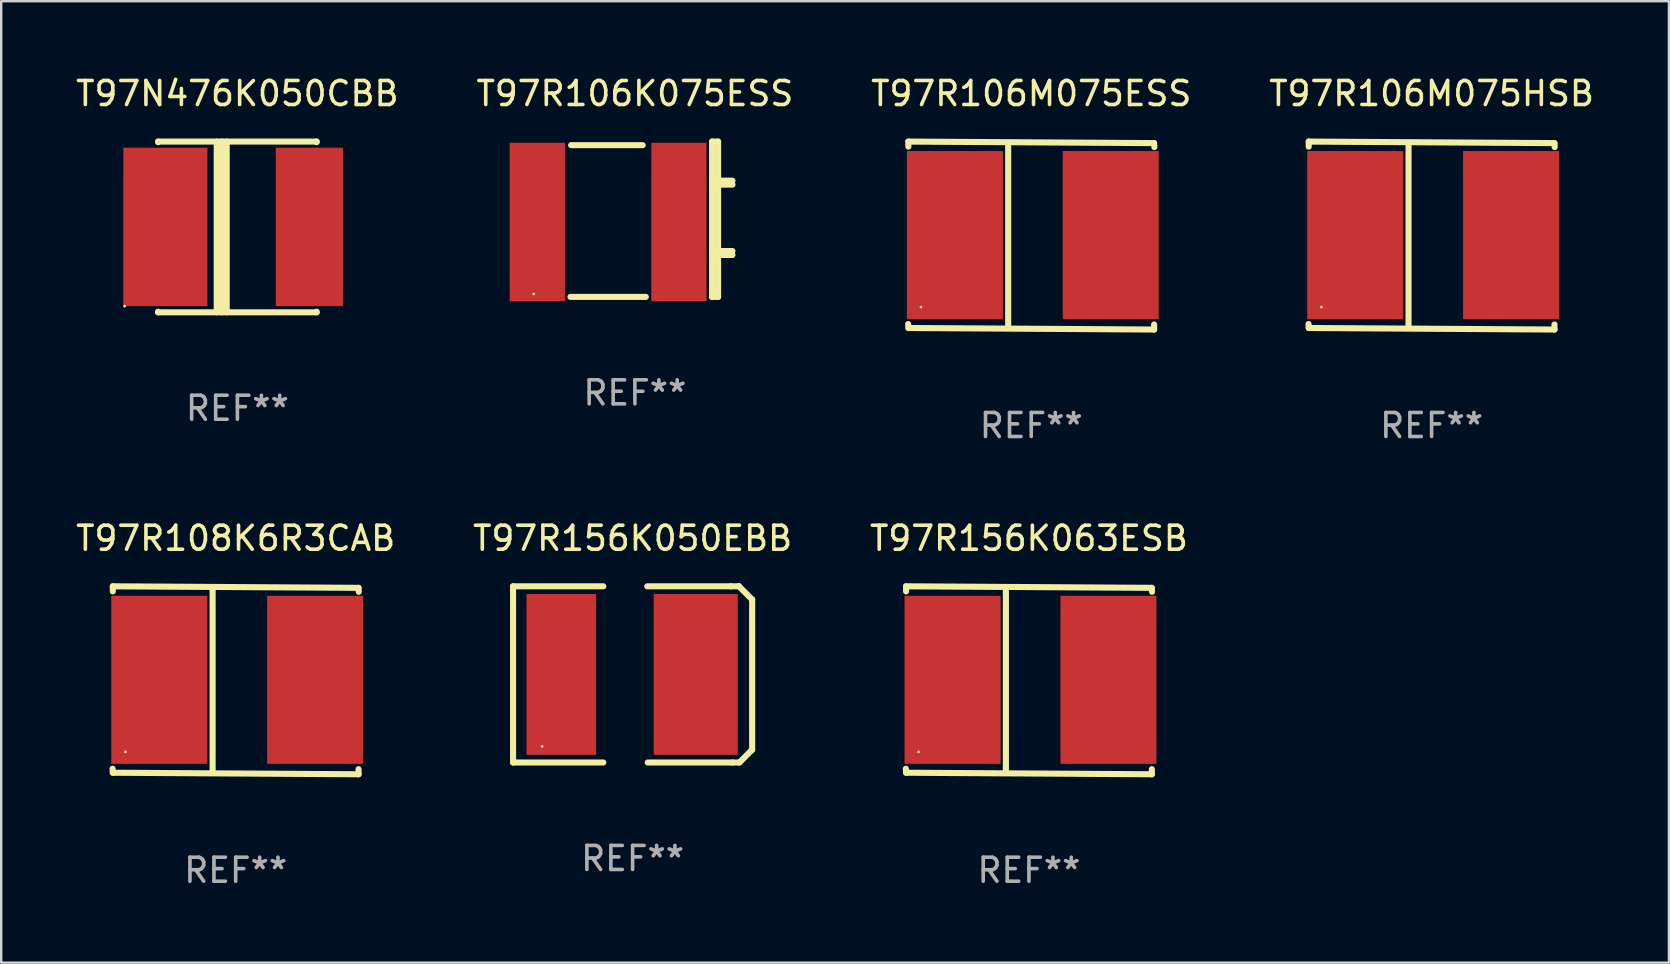
<source format=kicad_pcb>
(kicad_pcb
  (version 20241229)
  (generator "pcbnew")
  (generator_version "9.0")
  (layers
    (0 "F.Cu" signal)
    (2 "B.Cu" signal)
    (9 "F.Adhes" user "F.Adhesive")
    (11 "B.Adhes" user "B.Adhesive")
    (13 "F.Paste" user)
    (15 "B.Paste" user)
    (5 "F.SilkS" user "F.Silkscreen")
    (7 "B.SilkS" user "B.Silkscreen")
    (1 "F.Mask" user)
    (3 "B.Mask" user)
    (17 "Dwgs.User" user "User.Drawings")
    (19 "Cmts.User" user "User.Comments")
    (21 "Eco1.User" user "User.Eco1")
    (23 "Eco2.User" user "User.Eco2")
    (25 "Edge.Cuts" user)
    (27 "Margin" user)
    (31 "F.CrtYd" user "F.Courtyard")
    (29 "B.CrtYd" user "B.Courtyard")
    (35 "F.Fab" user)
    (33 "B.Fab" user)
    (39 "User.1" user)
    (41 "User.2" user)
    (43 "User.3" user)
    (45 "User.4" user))
  (footprint "T97R106K075ESS"
    (layer "F.Cu")
    (at 23.399 6.083)
    (property "Reference" "T97R106K075ESS" (at 0 -5.235 0) (layer "F.SilkS") (effects (font (size 1 1) (thickness 0.15))))
    (attr through_hole)
    (fp_line (start -2.655 -3.085) (end 0.325 -3.085) (stroke (width 0.254) (type solid)) (layer "F.SilkS"))
    (fp_line (start 0.454 3.235) (end -2.685 3.235) (stroke (width 0.254) (type solid)) (layer "F.SilkS"))
    (fp_line (start 3.215 1.325) (end 4.064 1.325) (stroke (width 0.254) (type solid)) (layer "F.SilkS"))
    (fp_line (start 3.215 1.488) (end 4.064 1.488) (stroke (width 0.254) (type solid)) (layer "F.SilkS"))
    (fp_line (start 3.216 -3.235) (end 3.216 3.235) (stroke (width 0.254) (type solid)) (layer "F.SilkS"))
    (fp_line (start 3.216 -3.235) (end 3.465 -3.235) (stroke (width 0.254) (type solid)) (layer "F.SilkS"))
    (fp_line (start 3.216 -1.606) (end 4.065 -1.606) (stroke (width 0.254) (type solid)) (layer "F.SilkS"))
    (fp_line (start 3.216 -1.443) (end 4.065 -1.443) (stroke (width 0.254) (type solid)) (layer "F.SilkS"))
    (fp_line (start 3.465 -3.235) (end 3.465 3.235) (stroke (width 0.254) (type solid)) (layer "F.SilkS"))
    (fp_line (start 3.465 3.235) (end 3.216 3.235) (stroke (width 0.254) (type solid)) (layer "F.SilkS"))
    (fp_circle (center -4.215 3.115) (end -4.185 3.115) (stroke (width 0.06) (type solid)) (fill no) (layer "F.SilkS"))
    (fp_text user "REF**" (at 0 7.235 0) (layer "F.Fab") (effects (font (size 1 1) (thickness 0.15))))
    (pad "1" smd rect (at -4.065 0.115) (size 2.3 6.6) (layers "F.Cu" "F.Mask" "F.Paste"))
    (pad "2" smd rect (at 1.835 0.115) (size 2.3 6.6) (layers "F.Cu" "F.Mask" "F.Paste")))
  (footprint "T97R106M075ESS"
    (layer "F.Cu")
    (at 39.911 6.763)
    (property "Reference" "T97R106M075ESS" (at 0 -5.915 0) (layer "F.SilkS") (effects (font (size 1 1) (thickness 0.15))))
    (attr through_hole)
    (fp_line (start -5.119 -3.915) (end 5.117 -3.851) (stroke (width 0.254) (type solid)) (layer "F.SilkS"))
    (fp_line (start -5.119 -3.704) (end -5.119 -3.915) (stroke (width 0.254) (type solid)) (layer "F.SilkS"))
    (fp_line (start -5.117 3.851) (end -5.128 3.686) (stroke (width 0.254) (type solid)) (layer "F.SilkS"))
    (fp_line (start -0.961 -3.801) (end -0.961 3.824) (stroke (width 0.254) (type solid)) (layer "F.SilkS"))
    (fp_line (start 5.117 -3.851) (end 5.128 -3.686) (stroke (width 0.254) (type solid)) (layer "F.SilkS"))
    (fp_line (start 5.119 3.704) (end 5.119 3.915) (stroke (width 0.254) (type solid)) (layer "F.SilkS"))
    (fp_line (start 5.119 3.915) (end -5.117 3.851) (stroke (width 0.254) (type solid)) (layer "F.SilkS"))
    (fp_circle (center -4.594 2.98) (end -4.564 2.98) (stroke (width 0.06) (type solid)) (fill no) (layer "F.SilkS"))
    (fp_text user "REF**" (at 0 7.915 0) (layer "F.Fab") (effects (font (size 1 1) (thickness 0.15))))
    (pad "1" smd rect (at -3.182 -0.02) (size 4 7) (layers "F.Cu" "F.Mask" "F.Paste"))
    (pad "2" smd rect (at 3.311 -0.02) (size 4 7) (layers "F.Cu" "F.Mask" "F.Paste")))
  (footprint "T97R108K6R3CAB"
    (layer "F.Cu")
    (at 6.768 25.29)
    (property "Reference" "T97R108K6R3CAB" (at 0 -5.915 0) (layer "F.SilkS") (effects (font (size 1 1) (thickness 0.15))))
    (attr through_hole)
    (fp_line (start -5.119 -3.915) (end 5.117 -3.851) (stroke (width 0.254) (type solid)) (layer "F.SilkS"))
    (fp_line (start -5.119 -3.704) (end -5.119 -3.915) (stroke (width 0.254) (type solid)) (layer "F.SilkS"))
    (fp_line (start -5.117 3.851) (end -5.128 3.686) (stroke (width 0.254) (type solid)) (layer "F.SilkS"))
    (fp_line (start -0.961 -3.801) (end -0.961 3.824) (stroke (width 0.254) (type solid)) (layer "F.SilkS"))
    (fp_line (start 5.117 -3.851) (end 5.128 -3.686) (stroke (width 0.254) (type solid)) (layer "F.SilkS"))
    (fp_line (start 5.119 3.704) (end 5.119 3.915) (stroke (width 0.254) (type solid)) (layer "F.SilkS"))
    (fp_line (start 5.119 3.915) (end -5.117 3.851) (stroke (width 0.254) (type solid)) (layer "F.SilkS"))
    (fp_circle (center -4.594 2.98) (end -4.564 2.98) (stroke (width 0.06) (type solid)) (fill no) (layer "F.SilkS"))
    (fp_text user "REF**" (at 0 7.915 0) (layer "F.Fab") (effects (font (size 1 1) (thickness 0.15))))
    (pad "1" smd rect (at -3.182 -0.02) (size 4 7) (layers "F.Cu" "F.Mask" "F.Paste"))
    (pad "2" smd rect (at 3.311 -0.02) (size 4 7) (layers "F.Cu" "F.Mask" "F.Paste")))
  (footprint "T97R156K050EBB"
    (layer "F.Cu")
    (at 23.304 25.045)
    (property "Reference" "T97R156K050EBB" (at 0 -5.67 0) (layer "F.SilkS") (effects (font (size 1 1) (thickness 0.15))))
    (attr through_hole)
    (fp_line (start -4.98 -3.67) (end -4.98 3.67) (stroke (width 0.254) (type solid)) (layer "F.SilkS"))
    (fp_line (start -4.98 -3.67) (end -1.22 -3.67) (stroke (width 0.254) (type solid)) (layer "F.SilkS"))
    (fp_line (start -4.98 3.67) (end -1.22 3.67) (stroke (width 0.254) (type solid)) (layer "F.SilkS"))
    (fp_line (start 4.098 -3.67) (end 0.61 -3.67) (stroke (width 0.254) (type solid)) (layer "F.SilkS"))
    (fp_line (start 4.159 3.67) (end 0.63 3.67) (stroke (width 0.254) (type solid)) (layer "F.SilkS"))
    (fp_line (start 4.16 3.67) (end 4.449 3.67) (stroke (width 0.254) (type solid)) (layer "F.SilkS"))
    (fp_line (start 4.429 -3.67) (end 4.099 -3.67) (stroke (width 0.254) (type solid)) (layer "F.SilkS"))
    (fp_line (start 4.429 -3.67) (end 4.429 -3.67) (stroke (width 0.254) (type solid)) (layer "F.SilkS"))
    (fp_line (start 4.449 3.67) (end 4.98 3.139) (stroke (width 0.254) (type solid)) (layer "F.SilkS"))
    (fp_line (start 4.98 -3.119) (end 4.429 -3.67) (stroke (width 0.254) (type solid)) (layer "F.SilkS"))
    (fp_line (start 4.98 3.139) (end 4.98 -3.119) (stroke (width 0.254) (type solid)) (layer "F.SilkS"))
    (fp_circle (center -3.77 3) (end -3.74 3) (stroke (width 0.06) (type solid)) (fill no) (layer "F.SilkS"))
    (fp_text user "REF**" (at 0 7.67 0) (layer "F.Fab") (effects (font (size 1 1) (thickness 0.15))))
    (pad "1" smd rect (at -2.97 0) (size 2.9 6.7) (layers "F.Cu" "F.Mask" "F.Paste"))
    (pad "2" smd rect (at 2.63 0) (size 3.5 6.7) (layers "F.Cu" "F.Mask" "F.Paste")))
  (footprint "T97R156K063ESB"
    (layer "F.Cu")
    (at 39.815 25.29)
    (property "Reference" "T97R156K063ESB" (at 0 -5.915 0) (layer "F.SilkS") (effects (font (size 1 1) (thickness 0.15))))
    (attr through_hole)
    (fp_line (start -5.119 -3.915) (end 5.117 -3.851) (stroke (width 0.254) (type solid)) (layer "F.SilkS"))
    (fp_line (start -5.119 -3.704) (end -5.119 -3.915) (stroke (width 0.254) (type solid)) (layer "F.SilkS"))
    (fp_line (start -5.117 3.851) (end -5.128 3.686) (stroke (width 0.254) (type solid)) (layer "F.SilkS"))
    (fp_line (start -0.961 -3.801) (end -0.961 3.824) (stroke (width 0.254) (type solid)) (layer "F.SilkS"))
    (fp_line (start 5.117 -3.851) (end 5.128 -3.686) (stroke (width 0.254) (type solid)) (layer "F.SilkS"))
    (fp_line (start 5.119 3.704) (end 5.119 3.915) (stroke (width 0.254) (type solid)) (layer "F.SilkS"))
    (fp_line (start 5.119 3.915) (end -5.117 3.851) (stroke (width 0.254) (type solid)) (layer "F.SilkS"))
    (fp_circle (center -4.594 2.98) (end -4.564 2.98) (stroke (width 0.06) (type solid)) (fill no) (layer "F.SilkS"))
    (fp_text user "REF**" (at 0 7.915 0) (layer "F.Fab") (effects (font (size 1 1) (thickness 0.15))))
    (pad "1" smd rect (at -3.182 -0.02) (size 4 7) (layers "F.Cu" "F.Mask" "F.Paste"))
    (pad "2" smd rect (at 3.311 -0.02) (size 4 7) (layers "F.Cu" "F.Mask" "F.Paste")))
  (footprint "T97N476K050CBB"
    (layer "F.Cu")
    (at 6.839 6.404)
    (property "Reference" "T97N476K050CBB" (at 0 -5.556 0) (layer "F.SilkS") (effects (font (size 1 1) (thickness 0.15))))
    (attr through_hole)
    (fp_line (start -3.302 -3.556) (end 3.302 -3.556) (stroke (width 0.254) (type solid)) (layer "F.SilkS"))
    (fp_line (start -3.302 -3.531) (end -3.302 -3.556) (stroke (width 0.254) (type solid)) (layer "F.SilkS"))
    (fp_line (start -3.302 3.556) (end -3.302 3.531) (stroke (width 0.254) (type solid)) (layer "F.SilkS"))
    (fp_line (start -0.86 -3.556) (end -0.86 3.556) (stroke (width 0.254) (type solid)) (layer "F.SilkS"))
    (fp_line (start -0.646 3.556) (end -0.646 -3.556) (stroke (width 0.254) (type solid)) (layer "F.SilkS"))
    (fp_line (start -0.445 -3.556) (end -0.445 3.556) (stroke (width 0.254) (type solid)) (layer "F.SilkS"))
    (fp_line (start 3.302 -3.556) (end 3.302 -3.531) (stroke (width 0.254) (type solid)) (layer "F.SilkS"))
    (fp_line (start 3.302 3.531) (end 3.302 3.556) (stroke (width 0.254) (type solid)) (layer "F.SilkS"))
    (fp_line (start 3.302 3.556) (end -3.302 3.556) (stroke (width 0.254) (type solid)) (layer "F.SilkS"))
    (fp_circle (center -4.699 3.3) (end -4.669 3.3) (stroke (width 0.06) (type solid)) (fill no) (layer "F.SilkS"))
    (fp_text user "REF**" (at 0 7.556 0) (layer "F.Fab") (effects (font (size 1 1) (thickness 0.15))))
    (pad "1" smd rect (at -3 -0.000102) (size 3.5 6.6) (layers "F.Cu" "F.Mask" "F.Paste"))
    (pad "2" smd rect (at 3 -0.000102) (size 2.8 6.6) (layers "F.Cu" "F.Mask" "F.Paste")))
  (footprint "T97R106M075HSB"
    (layer "F.Cu")
    (at 56.589 6.763)
    (property "Reference" "T97R106M075HSB" (at 0 -5.915 0) (layer "F.SilkS") (effects (font (size 1 1) (thickness 0.15))))
    (attr through_hole)
    (fp_line (start -5.119 -3.915) (end 5.117 -3.851) (stroke (width 0.254) (type solid)) (layer "F.SilkS"))
    (fp_line (start -5.119 -3.704) (end -5.119 -3.915) (stroke (width 0.254) (type solid)) (layer "F.SilkS"))
    (fp_line (start -5.117 3.851) (end -5.128 3.686) (stroke (width 0.254) (type solid)) (layer "F.SilkS"))
    (fp_line (start -0.961 -3.801) (end -0.961 3.824) (stroke (width 0.254) (type solid)) (layer "F.SilkS"))
    (fp_line (start 5.117 -3.851) (end 5.128 -3.686) (stroke (width 0.254) (type solid)) (layer "F.SilkS"))
    (fp_line (start 5.119 3.704) (end 5.119 3.915) (stroke (width 0.254) (type solid)) (layer "F.SilkS"))
    (fp_line (start 5.119 3.915) (end -5.117 3.851) (stroke (width 0.254) (type solid)) (layer "F.SilkS"))
    (fp_circle (center -4.594 2.98) (end -4.564 2.98) (stroke (width 0.06) (type solid)) (fill no) (layer "F.SilkS"))
    (fp_text user "REF**" (at 0 7.915 0) (layer "F.Fab") (effects (font (size 1 1) (thickness 0.15))))
    (pad "1" smd rect (at -3.182 -0.02) (size 4 7) (layers "F.Cu" "F.Mask" "F.Paste"))
    (pad "2" smd rect (at 3.311 -0.02) (size 4 7) (layers "F.Cu" "F.Mask" "F.Paste")))
  (gr_rect
    (start -3 -3)
    (end 66.476 37.053)
    (stroke (width 0.1) (type default))
    (fill no)
    (layer "Edge.Cuts")))
</source>
